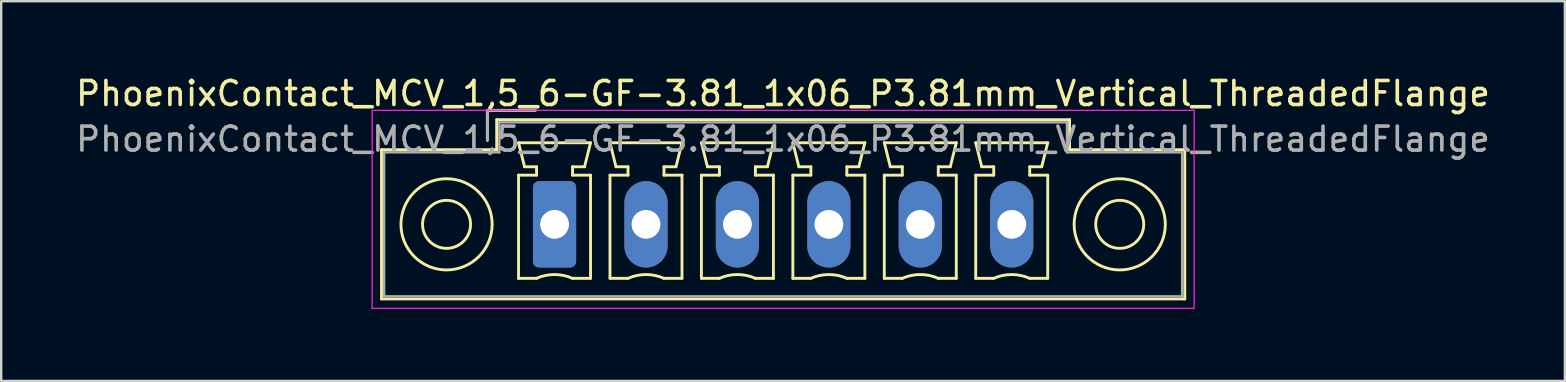
<source format=kicad_pcb>
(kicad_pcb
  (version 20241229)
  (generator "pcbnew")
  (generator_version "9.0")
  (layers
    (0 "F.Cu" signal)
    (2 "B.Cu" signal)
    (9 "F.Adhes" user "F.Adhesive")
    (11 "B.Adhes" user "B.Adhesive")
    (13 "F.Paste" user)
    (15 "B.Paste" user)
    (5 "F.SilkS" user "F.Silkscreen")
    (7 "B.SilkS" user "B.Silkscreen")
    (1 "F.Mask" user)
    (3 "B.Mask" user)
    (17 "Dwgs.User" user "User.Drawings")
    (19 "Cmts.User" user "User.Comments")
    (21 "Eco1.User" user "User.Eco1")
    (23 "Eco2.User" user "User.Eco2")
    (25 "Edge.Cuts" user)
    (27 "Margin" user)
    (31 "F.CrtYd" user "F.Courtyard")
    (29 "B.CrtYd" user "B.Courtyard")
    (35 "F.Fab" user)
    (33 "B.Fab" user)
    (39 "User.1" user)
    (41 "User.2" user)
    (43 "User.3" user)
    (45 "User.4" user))
  (footprint "PhoenixContact_MCV_1,5_6-GF-3.81_1x06_P3.81mm_Vertical_ThreadedFlange"
    (layer "F.Cu")
    (at 20.057 6.298)
    (property "Reference" "PhoenixContact_MCV_1,5_6-GF-3.81_1x06_P3.81mm_Vertical_ThreadedFlange" (at 9.52 -5.45 0) (layer "F.SilkS") (effects (font (size 1 1) (thickness 0.15))))
    (attr through_hole)
    (fp_line (start -7.21 -3.11) (end -7.21 3.11) (stroke (width 0.12) (type solid)) (layer "F.SilkS"))
    (fp_line (start -7.21 3.11) (end 26.26 3.11) (stroke (width 0.12) (type solid)) (layer "F.SilkS"))
    (fp_line (start -2.8 -4.75) (end -0.8 -4.75) (stroke (width 0.12) (type solid)) (layer "F.SilkS"))
    (fp_line (start -2.8 -3.5) (end -2.8 -4.75) (stroke (width 0.12) (type solid)) (layer "F.SilkS"))
    (fp_line (start -2.41 -4.36) (end -2.41 -3.11) (stroke (width 0.12) (type solid)) (layer "F.SilkS"))
    (fp_line (start -2.41 -3.11) (end -7.21 -3.11) (stroke (width 0.12) (type solid)) (layer "F.SilkS"))
    (fp_line (start -1.5 -3.4) (end 1.5 -3.4) (stroke (width 0.12) (type solid)) (layer "F.SilkS"))
    (fp_line (start -1.5 -2.05) (end -0.75 -2.05) (stroke (width 0.12) (type solid)) (layer "F.SilkS"))
    (fp_line (start -1.5 2.25) (end -1.5 -2.05) (stroke (width 0.12) (type solid)) (layer "F.SilkS"))
    (fp_line (start -1.25 -2.4) (end -1.5 -3.4) (stroke (width 0.12) (type solid)) (layer "F.SilkS"))
    (fp_line (start -0.75 -2.4) (end -1.25 -2.4) (stroke (width 0.12) (type solid)) (layer "F.SilkS"))
    (fp_line (start -0.75 -2.05) (end -0.75 -2.4) (stroke (width 0.12) (type solid)) (layer "F.SilkS"))
    (fp_line (start -0.75 2.25) (end -1.5 2.25) (stroke (width 0.12) (type solid)) (layer "F.SilkS"))
    (fp_line (start 0.75 -2.4) (end 0.75 -2.05) (stroke (width 0.12) (type solid)) (layer "F.SilkS"))
    (fp_line (start 0.75 -2.05) (end 1.5 -2.05) (stroke (width 0.12) (type solid)) (layer "F.SilkS"))
    (fp_line (start 1.25 -2.4) (end 0.75 -2.4) (stroke (width 0.12) (type solid)) (layer "F.SilkS"))
    (fp_line (start 1.5 -3.4) (end 1.25 -2.4) (stroke (width 0.12) (type solid)) (layer "F.SilkS"))
    (fp_line (start 1.5 -2.05) (end 1.5 2.25) (stroke (width 0.12) (type solid)) (layer "F.SilkS"))
    (fp_line (start 1.5 2.25) (end 0.75 2.25) (stroke (width 0.12) (type solid)) (layer "F.SilkS"))
    (fp_line (start 2.31 -3.4) (end 5.31 -3.4) (stroke (width 0.12) (type solid)) (layer "F.SilkS"))
    (fp_line (start 2.31 -2.05) (end 3.06 -2.05) (stroke (width 0.12) (type solid)) (layer "F.SilkS"))
    (fp_line (start 2.31 2.25) (end 2.31 -2.05) (stroke (width 0.12) (type solid)) (layer "F.SilkS"))
    (fp_line (start 2.56 -2.4) (end 2.31 -3.4) (stroke (width 0.12) (type solid)) (layer "F.SilkS"))
    (fp_line (start 3.06 -2.4) (end 2.56 -2.4) (stroke (width 0.12) (type solid)) (layer "F.SilkS"))
    (fp_line (start 3.06 -2.05) (end 3.06 -2.4) (stroke (width 0.12) (type solid)) (layer "F.SilkS"))
    (fp_line (start 3.06 2.25) (end 2.31 2.25) (stroke (width 0.12) (type solid)) (layer "F.SilkS"))
    (fp_line (start 4.56 -2.4) (end 4.56 -2.05) (stroke (width 0.12) (type solid)) (layer "F.SilkS"))
    (fp_line (start 4.56 -2.05) (end 5.31 -2.05) (stroke (width 0.12) (type solid)) (layer "F.SilkS"))
    (fp_line (start 5.06 -2.4) (end 4.56 -2.4) (stroke (width 0.12) (type solid)) (layer "F.SilkS"))
    (fp_line (start 5.31 -3.4) (end 5.06 -2.4) (stroke (width 0.12) (type solid)) (layer "F.SilkS"))
    (fp_line (start 5.31 -2.05) (end 5.31 2.25) (stroke (width 0.12) (type solid)) (layer "F.SilkS"))
    (fp_line (start 5.31 2.25) (end 4.56 2.25) (stroke (width 0.12) (type solid)) (layer "F.SilkS"))
    (fp_line (start 6.12 -3.4) (end 9.12 -3.4) (stroke (width 0.12) (type solid)) (layer "F.SilkS"))
    (fp_line (start 6.12 -2.05) (end 6.87 -2.05) (stroke (width 0.12) (type solid)) (layer "F.SilkS"))
    (fp_line (start 6.12 2.25) (end 6.12 -2.05) (stroke (width 0.12) (type solid)) (layer "F.SilkS"))
    (fp_line (start 6.37 -2.4) (end 6.12 -3.4) (stroke (width 0.12) (type solid)) (layer "F.SilkS"))
    (fp_line (start 6.87 -2.4) (end 6.37 -2.4) (stroke (width 0.12) (type solid)) (layer "F.SilkS"))
    (fp_line (start 6.87 -2.05) (end 6.87 -2.4) (stroke (width 0.12) (type solid)) (layer "F.SilkS"))
    (fp_line (start 6.87 2.25) (end 6.12 2.25) (stroke (width 0.12) (type solid)) (layer "F.SilkS"))
    (fp_line (start 8.37 -2.4) (end 8.37 -2.05) (stroke (width 0.12) (type solid)) (layer "F.SilkS"))
    (fp_line (start 8.37 -2.05) (end 9.12 -2.05) (stroke (width 0.12) (type solid)) (layer "F.SilkS"))
    (fp_line (start 8.87 -2.4) (end 8.37 -2.4) (stroke (width 0.12) (type solid)) (layer "F.SilkS"))
    (fp_line (start 9.12 -3.4) (end 8.87 -2.4) (stroke (width 0.12) (type solid)) (layer "F.SilkS"))
    (fp_line (start 9.12 -2.05) (end 9.12 2.25) (stroke (width 0.12) (type solid)) (layer "F.SilkS"))
    (fp_line (start 9.12 2.25) (end 8.37 2.25) (stroke (width 0.12) (type solid)) (layer "F.SilkS"))
    (fp_line (start 9.93 -3.4) (end 12.93 -3.4) (stroke (width 0.12) (type solid)) (layer "F.SilkS"))
    (fp_line (start 9.93 -2.05) (end 10.68 -2.05) (stroke (width 0.12) (type solid)) (layer "F.SilkS"))
    (fp_line (start 9.93 2.25) (end 9.93 -2.05) (stroke (width 0.12) (type solid)) (layer "F.SilkS"))
    (fp_line (start 10.18 -2.4) (end 9.93 -3.4) (stroke (width 0.12) (type solid)) (layer "F.SilkS"))
    (fp_line (start 10.68 -2.4) (end 10.18 -2.4) (stroke (width 0.12) (type solid)) (layer "F.SilkS"))
    (fp_line (start 10.68 -2.05) (end 10.68 -2.4) (stroke (width 0.12) (type solid)) (layer "F.SilkS"))
    (fp_line (start 10.68 2.25) (end 9.93 2.25) (stroke (width 0.12) (type solid)) (layer "F.SilkS"))
    (fp_line (start 12.18 -2.4) (end 12.18 -2.05) (stroke (width 0.12) (type solid)) (layer "F.SilkS"))
    (fp_line (start 12.18 -2.05) (end 12.93 -2.05) (stroke (width 0.12) (type solid)) (layer "F.SilkS"))
    (fp_line (start 12.68 -2.4) (end 12.18 -2.4) (stroke (width 0.12) (type solid)) (layer "F.SilkS"))
    (fp_line (start 12.93 -3.4) (end 12.68 -2.4) (stroke (width 0.12) (type solid)) (layer "F.SilkS"))
    (fp_line (start 12.93 -2.05) (end 12.93 2.25) (stroke (width 0.12) (type solid)) (layer "F.SilkS"))
    (fp_line (start 12.93 2.25) (end 12.18 2.25) (stroke (width 0.12) (type solid)) (layer "F.SilkS"))
    (fp_line (start 13.74 -3.4) (end 16.74 -3.4) (stroke (width 0.12) (type solid)) (layer "F.SilkS"))
    (fp_line (start 13.74 -2.05) (end 14.49 -2.05) (stroke (width 0.12) (type solid)) (layer "F.SilkS"))
    (fp_line (start 13.74 2.25) (end 13.74 -2.05) (stroke (width 0.12) (type solid)) (layer "F.SilkS"))
    (fp_line (start 13.99 -2.4) (end 13.74 -3.4) (stroke (width 0.12) (type solid)) (layer "F.SilkS"))
    (fp_line (start 14.49 -2.4) (end 13.99 -2.4) (stroke (width 0.12) (type solid)) (layer "F.SilkS"))
    (fp_line (start 14.49 -2.05) (end 14.49 -2.4) (stroke (width 0.12) (type solid)) (layer "F.SilkS"))
    (fp_line (start 14.49 2.25) (end 13.74 2.25) (stroke (width 0.12) (type solid)) (layer "F.SilkS"))
    (fp_line (start 15.99 -2.4) (end 15.99 -2.05) (stroke (width 0.12) (type solid)) (layer "F.SilkS"))
    (fp_line (start 15.99 -2.05) (end 16.74 -2.05) (stroke (width 0.12) (type solid)) (layer "F.SilkS"))
    (fp_line (start 16.49 -2.4) (end 15.99 -2.4) (stroke (width 0.12) (type solid)) (layer "F.SilkS"))
    (fp_line (start 16.74 -3.4) (end 16.49 -2.4) (stroke (width 0.12) (type solid)) (layer "F.SilkS"))
    (fp_line (start 16.74 -2.05) (end 16.74 2.25) (stroke (width 0.12) (type solid)) (layer "F.SilkS"))
    (fp_line (start 16.74 2.25) (end 15.99 2.25) (stroke (width 0.12) (type solid)) (layer "F.SilkS"))
    (fp_line (start 17.55 -3.4) (end 20.55 -3.4) (stroke (width 0.12) (type solid)) (layer "F.SilkS"))
    (fp_line (start 17.55 -2.05) (end 18.3 -2.05) (stroke (width 0.12) (type solid)) (layer "F.SilkS"))
    (fp_line (start 17.55 2.25) (end 17.55 -2.05) (stroke (width 0.12) (type solid)) (layer "F.SilkS"))
    (fp_line (start 17.8 -2.4) (end 17.55 -3.4) (stroke (width 0.12) (type solid)) (layer "F.SilkS"))
    (fp_line (start 18.3 -2.4) (end 17.8 -2.4) (stroke (width 0.12) (type solid)) (layer "F.SilkS"))
    (fp_line (start 18.3 -2.05) (end 18.3 -2.4) (stroke (width 0.12) (type solid)) (layer "F.SilkS"))
    (fp_line (start 18.3 2.25) (end 17.55 2.25) (stroke (width 0.12) (type solid)) (layer "F.SilkS"))
    (fp_line (start 19.8 -2.4) (end 19.8 -2.05) (stroke (width 0.12) (type solid)) (layer "F.SilkS"))
    (fp_line (start 19.8 -2.05) (end 20.55 -2.05) (stroke (width 0.12) (type solid)) (layer "F.SilkS"))
    (fp_line (start 20.3 -2.4) (end 19.8 -2.4) (stroke (width 0.12) (type solid)) (layer "F.SilkS"))
    (fp_line (start 20.55 -3.4) (end 20.3 -2.4) (stroke (width 0.12) (type solid)) (layer "F.SilkS"))
    (fp_line (start 20.55 -2.05) (end 20.55 2.25) (stroke (width 0.12) (type solid)) (layer "F.SilkS"))
    (fp_line (start 20.55 2.25) (end 19.8 2.25) (stroke (width 0.12) (type solid)) (layer "F.SilkS"))
    (fp_line (start 21.46 -4.36) (end -2.41 -4.36) (stroke (width 0.12) (type solid)) (layer "F.SilkS"))
    (fp_line (start 21.46 -3.11) (end 21.46 -4.36) (stroke (width 0.12) (type solid)) (layer "F.SilkS"))
    (fp_line (start 26.26 -3.11) (end 21.46 -3.11) (stroke (width 0.12) (type solid)) (layer "F.SilkS"))
    (fp_line (start 26.26 3.11) (end 26.26 -3.11) (stroke (width 0.12) (type solid)) (layer "F.SilkS"))
    (fp_arc (start -0.75 2.25) (mid -0.000193 2.09191) (end 0.749647 2.249844) (stroke (width 0.12) (type solid)) (layer "F.SilkS"))
    (fp_arc (start 3.06 2.25) (mid 3.809807 2.09191) (end 4.559647 2.249844) (stroke (width 0.12) (type solid)) (layer "F.SilkS"))
    (fp_arc (start 6.87 2.25) (mid 7.619807 2.09191) (end 8.369647 2.249844) (stroke (width 0.12) (type solid)) (layer "F.SilkS"))
    (fp_arc (start 10.68 2.25) (mid 11.429807 2.09191) (end 12.179647 2.249844) (stroke (width 0.12) (type solid)) (layer "F.SilkS"))
    (fp_arc (start 14.49 2.25) (mid 15.239807 2.09191) (end 15.989647 2.249844) (stroke (width 0.12) (type solid)) (layer "F.SilkS"))
    (fp_arc (start 18.3 2.25) (mid 19.049807 2.09191) (end 19.799647 2.249844) (stroke (width 0.12) (type solid)) (layer "F.SilkS"))
    (fp_circle (center -4.5 0) (end -3.5 0) (stroke (width 0.12) (type solid)) (fill no) (layer "F.SilkS"))
    (fp_circle (center -4.5 0) (end -2.6 0) (stroke (width 0.12) (type solid)) (fill no) (layer "F.SilkS"))
    (fp_circle (center 23.55 0) (end 24.55 0) (stroke (width 0.12) (type solid)) (fill no) (layer "F.SilkS"))
    (fp_circle (center 23.55 0) (end 25.45 0) (stroke (width 0.12) (type solid)) (fill no) (layer "F.SilkS"))
    (fp_line (start -7.6 -4.75) (end -7.6 3.5) (stroke (width 0.05) (type solid)) (layer "F.CrtYd"))
    (fp_line (start -7.6 3.5) (end 26.65 3.5) (stroke (width 0.05) (type solid)) (layer "F.CrtYd"))
    (fp_line (start 26.65 -4.75) (end -7.6 -4.75) (stroke (width 0.05) (type solid)) (layer "F.CrtYd"))
    (fp_line (start 26.65 3.5) (end 26.65 -4.75) (stroke (width 0.05) (type solid)) (layer "F.CrtYd"))
    (fp_line (start -7.1 -3) (end -7.1 3) (stroke (width 0.1) (type solid)) (layer "F.Fab"))
    (fp_line (start -7.1 3) (end 26.15 3) (stroke (width 0.1) (type solid)) (layer "F.Fab"))
    (fp_line (start -2.8 -4.75) (end -0.8 -4.75) (stroke (width 0.1) (type solid)) (layer "F.Fab"))
    (fp_line (start -2.8 -3.5) (end -2.8 -4.75) (stroke (width 0.1) (type solid)) (layer "F.Fab"))
    (fp_line (start -2.3 -4.25) (end -2.3 -3) (stroke (width 0.1) (type solid)) (layer "F.Fab"))
    (fp_line (start -2.3 -3) (end -7.1 -3) (stroke (width 0.1) (type solid)) (layer "F.Fab"))
    (fp_line (start 21.35 -4.25) (end -2.3 -4.25) (stroke (width 0.1) (type solid)) (layer "F.Fab"))
    (fp_line (start 21.35 -3) (end 21.35 -4.25) (stroke (width 0.1) (type solid)) (layer "F.Fab"))
    (fp_line (start 26.15 -3) (end 21.35 -3) (stroke (width 0.1) (type solid)) (layer "F.Fab"))
    (fp_line (start 26.15 3) (end 26.15 -3) (stroke (width 0.1) (type solid)) (layer "F.Fab"))
    (fp_text user "${REFERENCE}" (at 9.52 -3.55 0) (layer "F.Fab") (effects (font (size 1 1) (thickness 0.15))))
    (pad "1" thru_hole roundrect (at 0 0) (size 1.8 3.6) (drill 1.2) (layers "*.Cu" "*.Mask") (roundrect_rratio 0.139))
    (pad "2" thru_hole oval (at 3.81 0) (size 1.8 3.6) (drill 1.2) (layers "*.Cu" "*.Mask"))
    (pad "3" thru_hole oval (at 7.62 0) (size 1.8 3.6) (drill 1.2) (layers "*.Cu" "*.Mask"))
    (pad "4" thru_hole oval (at 11.43 0) (size 1.8 3.6) (drill 1.2) (layers "*.Cu" "*.Mask"))
    (pad "5" thru_hole oval (at 15.24 0) (size 1.8 3.6) (drill 1.2) (layers "*.Cu" "*.Mask"))
    (pad "6" thru_hole oval (at 19.05 0) (size 1.8 3.6) (drill 1.2) (layers "*.Cu" "*.Mask")))
  (gr_rect
    (start -3 -3)
    (end 62.155 12.823)
    (stroke (width 0.1) (type default))
    (fill no)
    (layer "Edge.Cuts")))
</source>
